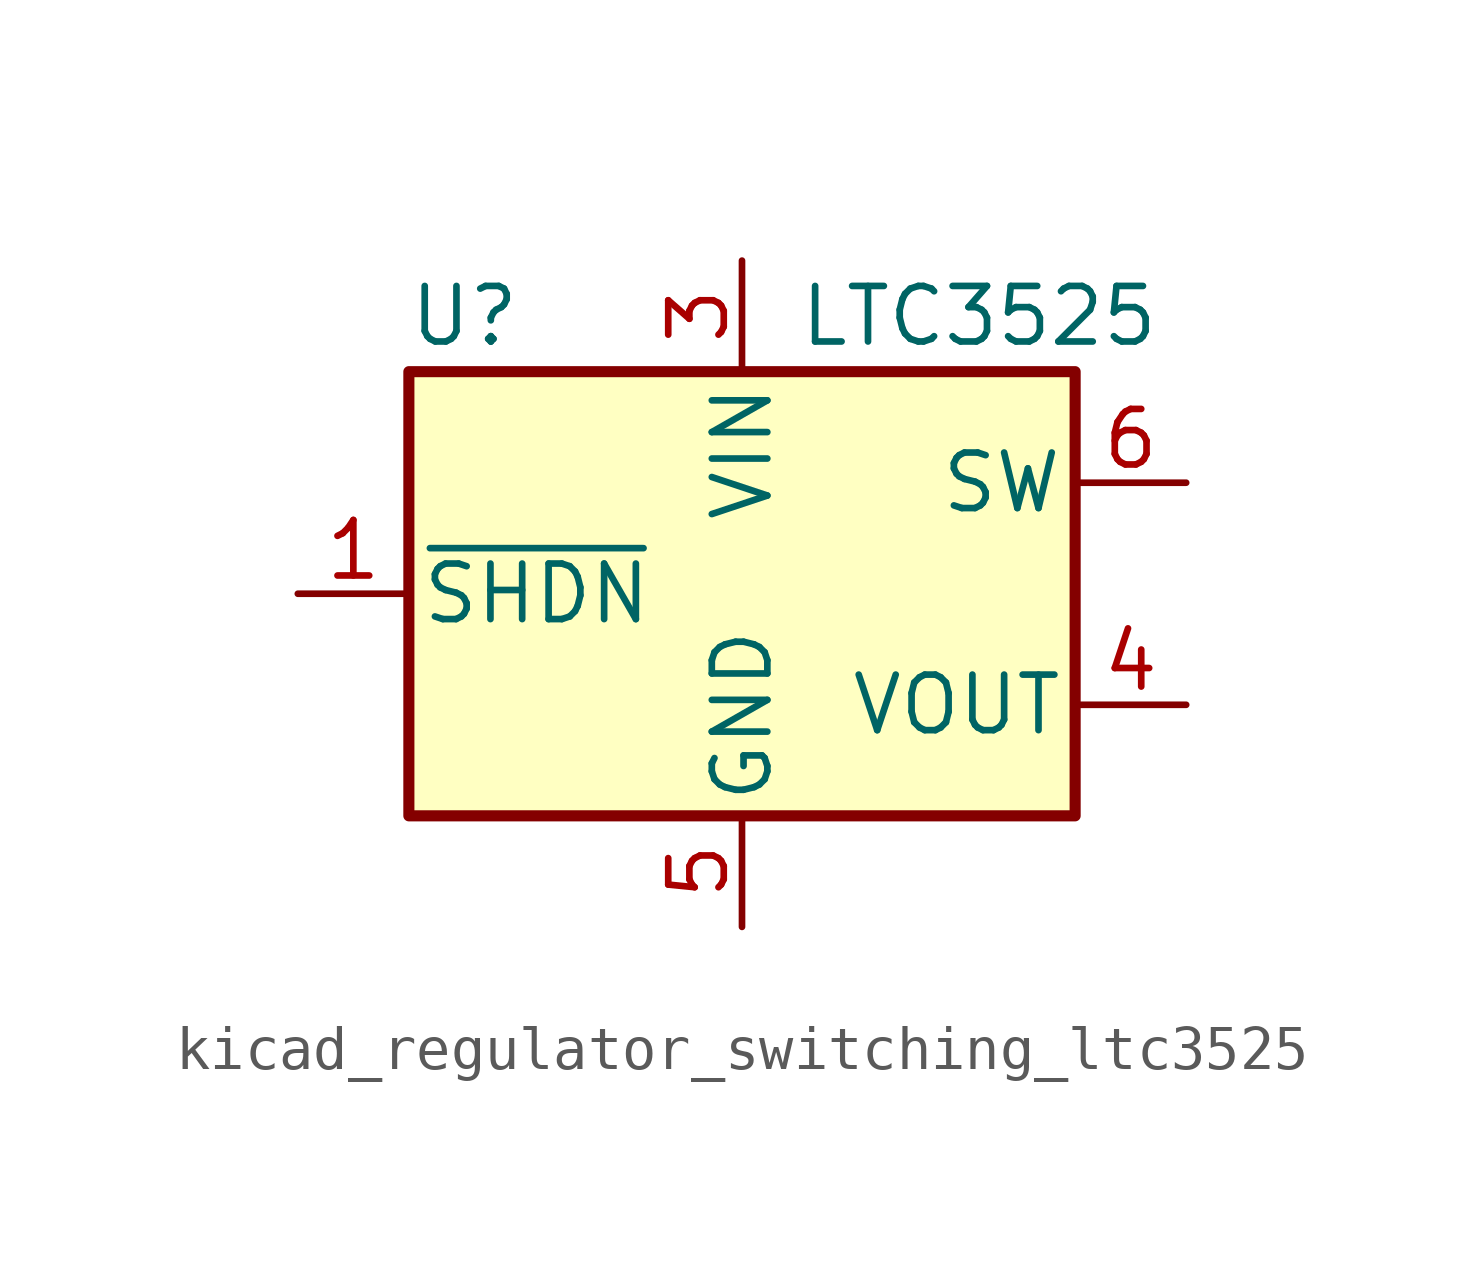
<source format=kicad_sym>
(kicad_symbol_lib
  (version 20220914)
  (generator kicad_symbol_editor)
  (symbol "kicad_regulator_switching_ltc3525"
    (pin_names
      (offset 0.254))
    (property "Reference" "U"
      (at -6.35 6.35 0)
      (effects (font (size 1.27 1.27))))
    (property "Value" "LTC3525"
      (at 1.27 6.35 0)
      (effects (font (size 1.27 1.27)) (justify left)))
    (symbol "kicad_regulator_switching_ltc3525_0_1"
      (rectangle (start -7.62 5.08) (end 7.62 -5.08) (stroke (width 0.254) (type default)) (fill (type background))))
    (symbol "kicad_regulator_switching_ltc3525_1_1"
      (pin input line (at -10.16 0 0) (length 2.54) (name "~{SHDN}" (effects (font (size 1.27 1.27)))) (number "1" (effects (font (size 1.27 1.27)))))
      (pin passive line (at 0 -7.62 90) (length 2.54) hide (name "GND" (effects (font (size 1.27 1.27)))) (number "2" (effects (font (size 1.27 1.27)))))
      (pin power_in line (at 0 7.62 270) (length 2.54) (name "VIN" (effects (font (size 1.27 1.27)))) (number "3" (effects (font (size 1.27 1.27)))))
      (pin power_out line (at 10.16 -2.54 180) (length 2.54) (name "VOUT" (effects (font (size 1.27 1.27)))) (number "4" (effects (font (size 1.27 1.27)))))
      (pin power_in line (at 0 -7.62 90) (length 2.54) (name "GND" (effects (font (size 1.27 1.27)))) (number "5" (effects (font (size 1.27 1.27)))))
      (pin input line (at 10.16 2.54 180) (length 2.54) (name "SW" (effects (font (size 1.27 1.27)))) (number "6" (effects (font (size 1.27 1.27))))))))
</source>
